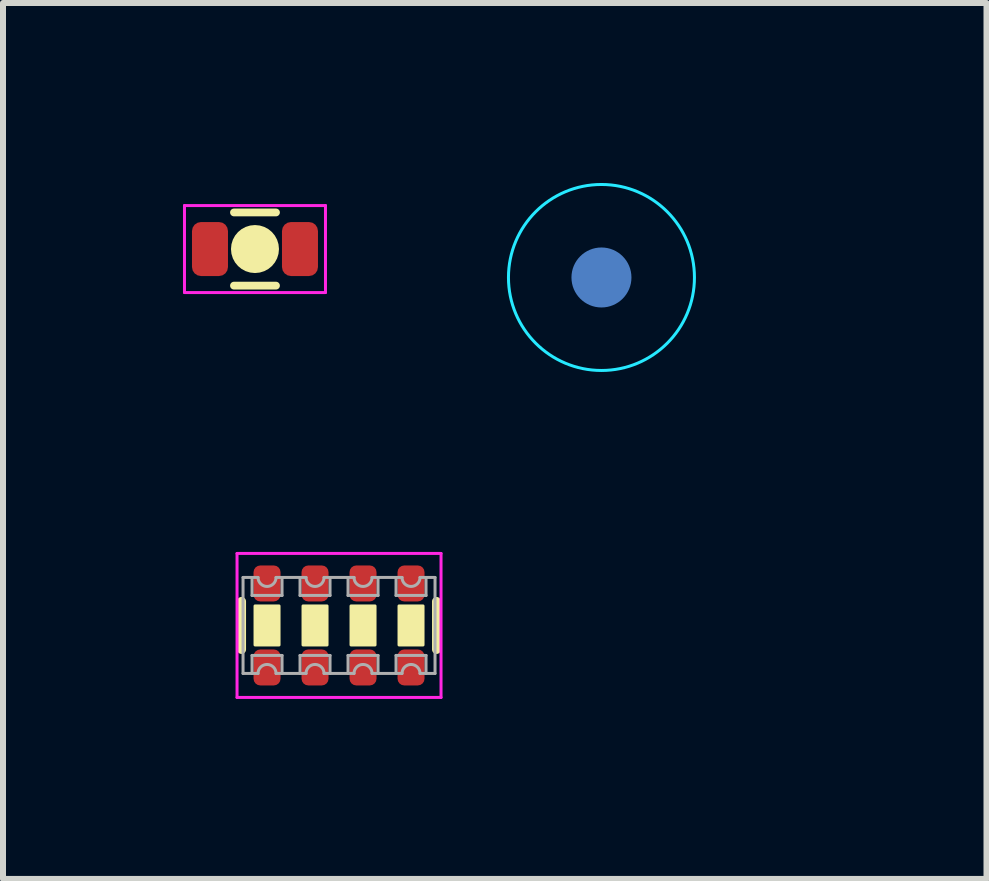
<source format=kicad_pcb>
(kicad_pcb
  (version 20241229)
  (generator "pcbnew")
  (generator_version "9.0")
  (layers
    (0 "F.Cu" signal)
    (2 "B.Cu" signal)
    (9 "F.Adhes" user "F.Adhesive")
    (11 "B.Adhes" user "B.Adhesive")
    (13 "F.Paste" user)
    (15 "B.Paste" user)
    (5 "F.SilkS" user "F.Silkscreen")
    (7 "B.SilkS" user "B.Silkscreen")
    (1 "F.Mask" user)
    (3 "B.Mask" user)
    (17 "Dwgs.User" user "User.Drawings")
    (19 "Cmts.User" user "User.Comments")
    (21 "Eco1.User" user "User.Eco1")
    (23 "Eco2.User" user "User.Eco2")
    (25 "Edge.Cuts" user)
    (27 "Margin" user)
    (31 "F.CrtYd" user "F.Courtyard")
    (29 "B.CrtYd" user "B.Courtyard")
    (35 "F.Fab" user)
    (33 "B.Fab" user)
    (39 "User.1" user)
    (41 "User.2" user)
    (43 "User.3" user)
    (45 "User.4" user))
  (footprint "C_0603"
    (layer "F.Cu")
    (at 1.2 1.101)
    (property "Reference" "C_0603" (at 0 -1.1 0) (layer "F.Fab") (effects (font (size 0.001 0.001) (thickness 0.15))))
    (attr smd)
    (fp_line (start -0.35 -0.61) (end 0.35 -0.61) (stroke (width 0.13) (type solid)) (layer "F.SilkS"))
    (fp_line (start 0.35 0.61) (end -0.35 0.61) (stroke (width 0.13) (type solid)) (layer "F.SilkS"))
    (fp_circle (center 0 0) (end 0.2 0) (stroke (width 0.4) (type solid)) (fill no) (layer "F.SilkS"))
    (fp_line (start -1.175 -0.725) (end -1.175 0.725) (stroke (width 0.05) (type solid)) (layer "F.CrtYd"))
    (fp_line (start -1.175 -0.725) (end 1.175 -0.725) (stroke (width 0.05) (type solid)) (layer "F.CrtYd"))
    (fp_line (start -1.175 0.725) (end 1.175 0.725) (stroke (width 0.05) (type solid)) (layer "F.CrtYd"))
    (fp_line (start 1.175 -0.725) (end 1.175 0.725) (stroke (width 0.05) (type solid)) (layer "F.CrtYd"))
    (pad "1" smd roundrect (at -0.75 0) (size 0.6 0.9) (layers "F.Cu" "F.Mask" "F.Paste") (roundrect_rratio 0.25))
    (pad "2" smd roundrect (at 0.75 0) (size 0.6 0.9) (layers "F.Cu" "F.Mask" "F.Paste") (roundrect_rratio 0.25)))
  (footprint "R_Array_Concave_4x0603"
    (layer "F.Cu")
    (at 2.601 7.375)
    (property "Reference" "R_Array_Concave_4x0603" (at -2.6 0 90) (layer "F.Fab") (effects (font (size 0.001 0.001) (thickness 0.15))))
    (attr smd)
    (fp_line (start -1.625 -0.4) (end -1.625 0.4) (stroke (width 0.15) (type solid)) (layer "F.SilkS"))
    (fp_line (start 1.625 -0.4) (end 1.625 0.4) (stroke (width 0.15) (type solid)) (layer "F.SilkS"))
    (fp_poly (pts (xy -1.4 -0.325) (xy -1 -0.325) (xy -1 0.325) (xy -1.4 0.325)) (stroke (width 0.05) (type solid)) (fill yes) (layer "F.SilkS"))
    (fp_poly (pts (xy -0.6 -0.325) (xy -0.2 -0.325) (xy -0.2 0.325) (xy -0.6 0.325)) (stroke (width 0.05) (type solid)) (fill yes) (layer "F.SilkS"))
    (fp_poly (pts (xy 0.2 -0.325) (xy 0.6 -0.325) (xy 0.6 0.325) (xy 0.2 0.325)) (stroke (width 0.05) (type solid)) (fill yes) (layer "F.SilkS"))
    (fp_poly (pts (xy 1 -0.325) (xy 1.4 -0.325) (xy 1.4 0.325) (xy 1 0.325)) (stroke (width 0.05) (type solid)) (fill yes) (layer "F.SilkS"))
    (fp_line (start -1.7 -1.2) (end 1.7 -1.2) (stroke (width 0.05) (type solid)) (layer "F.CrtYd"))
    (fp_line (start -1.7 1.2) (end -1.7 -1.2) (stroke (width 0.05) (type solid)) (layer "F.CrtYd"))
    (fp_line (start -1.7 1.2) (end 1.7 1.2) (stroke (width 0.05) (type solid)) (layer "F.CrtYd"))
    (fp_line (start 1.7 1.2) (end 1.7 -1.2) (stroke (width 0.05) (type solid)) (layer "F.CrtYd"))
    (fp_line (start -1.6 -0.8) (end -1.35 -0.8) (stroke (width 0.05) (type solid)) (layer "F.Fab"))
    (fp_line (start -1.6 0.8) (end -1.6 -0.8) (stroke (width 0.05) (type solid)) (layer "F.Fab"))
    (fp_line (start -1.45 -0.8) (end -1.45 -0.5) (stroke (width 0.05) (type solid)) (layer "F.Fab"))
    (fp_line (start -1.45 -0.5) (end -0.95 -0.5) (stroke (width 0.05) (type solid)) (layer "F.Fab"))
    (fp_line (start -1.45 0.5) (end -0.95 0.5) (stroke (width 0.05) (type solid)) (layer "F.Fab"))
    (fp_line (start -1.45 0.8) (end -1.45 0.5) (stroke (width 0.05) (type solid)) (layer "F.Fab"))
    (fp_line (start -1.35 0.8) (end -1.6 0.8) (stroke (width 0.05) (type solid)) (layer "F.Fab"))
    (fp_line (start -1.05 -0.8) (end -0.55 -0.8) (stroke (width 0.05) (type solid)) (layer "F.Fab"))
    (fp_line (start -1.05 0.8) (end -0.55 0.8) (stroke (width 0.05) (type solid)) (layer "F.Fab"))
    (fp_line (start -0.95 -0.5) (end -0.95 -0.8) (stroke (width 0.05) (type solid)) (layer "F.Fab"))
    (fp_line (start -0.95 0.5) (end -0.95 0.8) (stroke (width 0.05) (type solid)) (layer "F.Fab"))
    (fp_line (start -0.65 -0.8) (end -0.65 -0.5) (stroke (width 0.05) (type solid)) (layer "F.Fab"))
    (fp_line (start -0.65 -0.5) (end -0.15 -0.5) (stroke (width 0.05) (type solid)) (layer "F.Fab"))
    (fp_line (start -0.65 0.5) (end -0.15 0.5) (stroke (width 0.05) (type solid)) (layer "F.Fab"))
    (fp_line (start -0.65 0.8) (end -0.65 0.5) (stroke (width 0.05) (type solid)) (layer "F.Fab"))
    (fp_line (start -0.25 -0.8) (end 0.25 -0.8) (stroke (width 0.05) (type solid)) (layer "F.Fab"))
    (fp_line (start -0.25 0.8) (end 0.25 0.8) (stroke (width 0.05) (type solid)) (layer "F.Fab"))
    (fp_line (start -0.15 -0.5) (end -0.15 -0.8) (stroke (width 0.05) (type solid)) (layer "F.Fab"))
    (fp_line (start -0.15 0.5) (end -0.15 0.8) (stroke (width 0.05) (type solid)) (layer "F.Fab"))
    (fp_line (start 0.15 -0.8) (end 0.15 -0.5) (stroke (width 0.05) (type solid)) (layer "F.Fab"))
    (fp_line (start 0.15 -0.5) (end 0.65 -0.5) (stroke (width 0.05) (type solid)) (layer "F.Fab"))
    (fp_line (start 0.15 0.5) (end 0.65 0.5) (stroke (width 0.05) (type solid)) (layer "F.Fab"))
    (fp_line (start 0.15 0.8) (end 0.15 0.5) (stroke (width 0.05) (type solid)) (layer "F.Fab"))
    (fp_line (start 0.55 -0.8) (end 1.05 -0.8) (stroke (width 0.05) (type solid)) (layer "F.Fab"))
    (fp_line (start 0.55 0.8) (end 1.05 0.8) (stroke (width 0.05) (type solid)) (layer "F.Fab"))
    (fp_line (start 0.65 -0.5) (end 0.65 -0.8) (stroke (width 0.05) (type solid)) (layer "F.Fab"))
    (fp_line (start 0.65 0.5) (end 0.65 0.8) (stroke (width 0.05) (type solid)) (layer "F.Fab"))
    (fp_line (start 0.95 -0.8) (end 0.95 -0.5) (stroke (width 0.05) (type solid)) (layer "F.Fab"))
    (fp_line (start 0.95 -0.5) (end 1.45 -0.5) (stroke (width 0.05) (type solid)) (layer "F.Fab"))
    (fp_line (start 0.95 0.5) (end 1.45 0.5) (stroke (width 0.05) (type solid)) (layer "F.Fab"))
    (fp_line (start 0.95 0.8) (end 0.95 0.5) (stroke (width 0.05) (type solid)) (layer "F.Fab"))
    (fp_line (start 1.35 -0.8) (end 1.6 -0.8) (stroke (width 0.05) (type solid)) (layer "F.Fab"))
    (fp_line (start 1.35 0.8) (end 1.6 0.8) (stroke (width 0.05) (type solid)) (layer "F.Fab"))
    (fp_line (start 1.45 -0.5) (end 1.45 -0.8) (stroke (width 0.05) (type solid)) (layer "F.Fab"))
    (fp_line (start 1.45 0.5) (end 1.45 0.8) (stroke (width 0.05) (type solid)) (layer "F.Fab"))
    (fp_line (start 1.6 -0.8) (end 1.6 0.8) (stroke (width 0.05) (type solid)) (layer "F.Fab"))
    (fp_arc (start -1.35 0.8) (mid -1.2 0.65) (end -1.05 0.8) (stroke (width 0.05) (type solid)) (layer "F.Fab"))
    (fp_arc (start -1.05 -0.8) (mid -1.2 -0.65) (end -1.35 -0.8) (stroke (width 0.05) (type solid)) (layer "F.Fab"))
    (fp_arc (start -0.55 0.8) (mid -0.4 0.65) (end -0.25 0.8) (stroke (width 0.05) (type solid)) (layer "F.Fab"))
    (fp_arc (start -0.25 -0.8) (mid -0.4 -0.65) (end -0.55 -0.8) (stroke (width 0.05) (type solid)) (layer "F.Fab"))
    (fp_arc (start 0.25 0.8) (mid 0.4 0.65) (end 0.55 0.8) (stroke (width 0.05) (type solid)) (layer "F.Fab"))
    (fp_arc (start 0.55 -0.8) (mid 0.4 -0.65) (end 0.25 -0.8) (stroke (width 0.05) (type solid)) (layer "F.Fab"))
    (fp_arc (start 1.05 0.8) (mid 1.2 0.65) (end 1.35 0.8) (stroke (width 0.05) (type solid)) (layer "F.Fab"))
    (fp_arc (start 1.35 -0.8) (mid 1.2 -0.65) (end 1.05 -0.8) (stroke (width 0.05) (type solid)) (layer "F.Fab"))
    (pad "1" smd roundrect (at -1.2 0.7 90) (size 0.6 0.45) (layers "F.Cu" "F.Mask" "F.Paste") (roundrect_rratio 0.25))
    (pad "2" smd roundrect (at -1.2 -0.7 90) (size 0.6 0.45) (layers "F.Cu" "F.Mask" "F.Paste") (roundrect_rratio 0.25))
    (pad "3" smd roundrect (at -0.4 0.7 90) (size 0.6 0.45) (layers "F.Cu" "F.Mask" "F.Paste") (roundrect_rratio 0.25))
    (pad "4" smd roundrect (at -0.4 -0.7 90) (size 0.6 0.45) (layers "F.Cu" "F.Mask" "F.Paste") (roundrect_rratio 0.25))
    (pad "5" smd roundrect (at 0.4 0.7 90) (size 0.6 0.45) (layers "F.Cu" "F.Mask" "F.Paste") (roundrect_rratio 0.25))
    (pad "6" smd roundrect (at 0.4 -0.7 90) (size 0.6 0.45) (layers "F.Cu" "F.Mask" "F.Paste") (roundrect_rratio 0.25))
    (pad "7" smd roundrect (at 1.2 0.7 90) (size 0.6 0.45) (layers "F.Cu" "F.Mask" "F.Paste") (roundrect_rratio 0.25))
    (pad "8" smd roundrect (at 1.2 -0.7 90) (size 0.6 0.45) (layers "F.Cu" "F.Mask" "F.Paste") (roundrect_rratio 0.25)))
  (footprint "Fiducial_1mm_Dia_2.54mm_Outer_CopperBottom"
    (layer "F.Cu")
    (at 6.975 1.575)
    (property "Reference" "Fiducial_1mm_Dia_2.54mm_Outer_CopperBottom" (at 3.4 0.7 0) (layer "F.SilkS") (effects (font (size 0.001 0.001) (thickness 0.15))))
    (attr exclude_from_pos_files exclude_from_bom)
    (fp_circle (center 0 0) (end 1.55 0) (stroke (width 0.05) (type solid)) (fill no) (layer "B.CrtYd"))
    (pad "~" smd circle (at 0 0 180) (size 1 1) (layers "B.Cu" "B.Mask")))
  (gr_rect
    (start -3 -3)
    (end 13.393 11.6)
    (stroke (width 0.1) (type default))
    (fill no)
    (layer "Edge.Cuts")))
</source>
